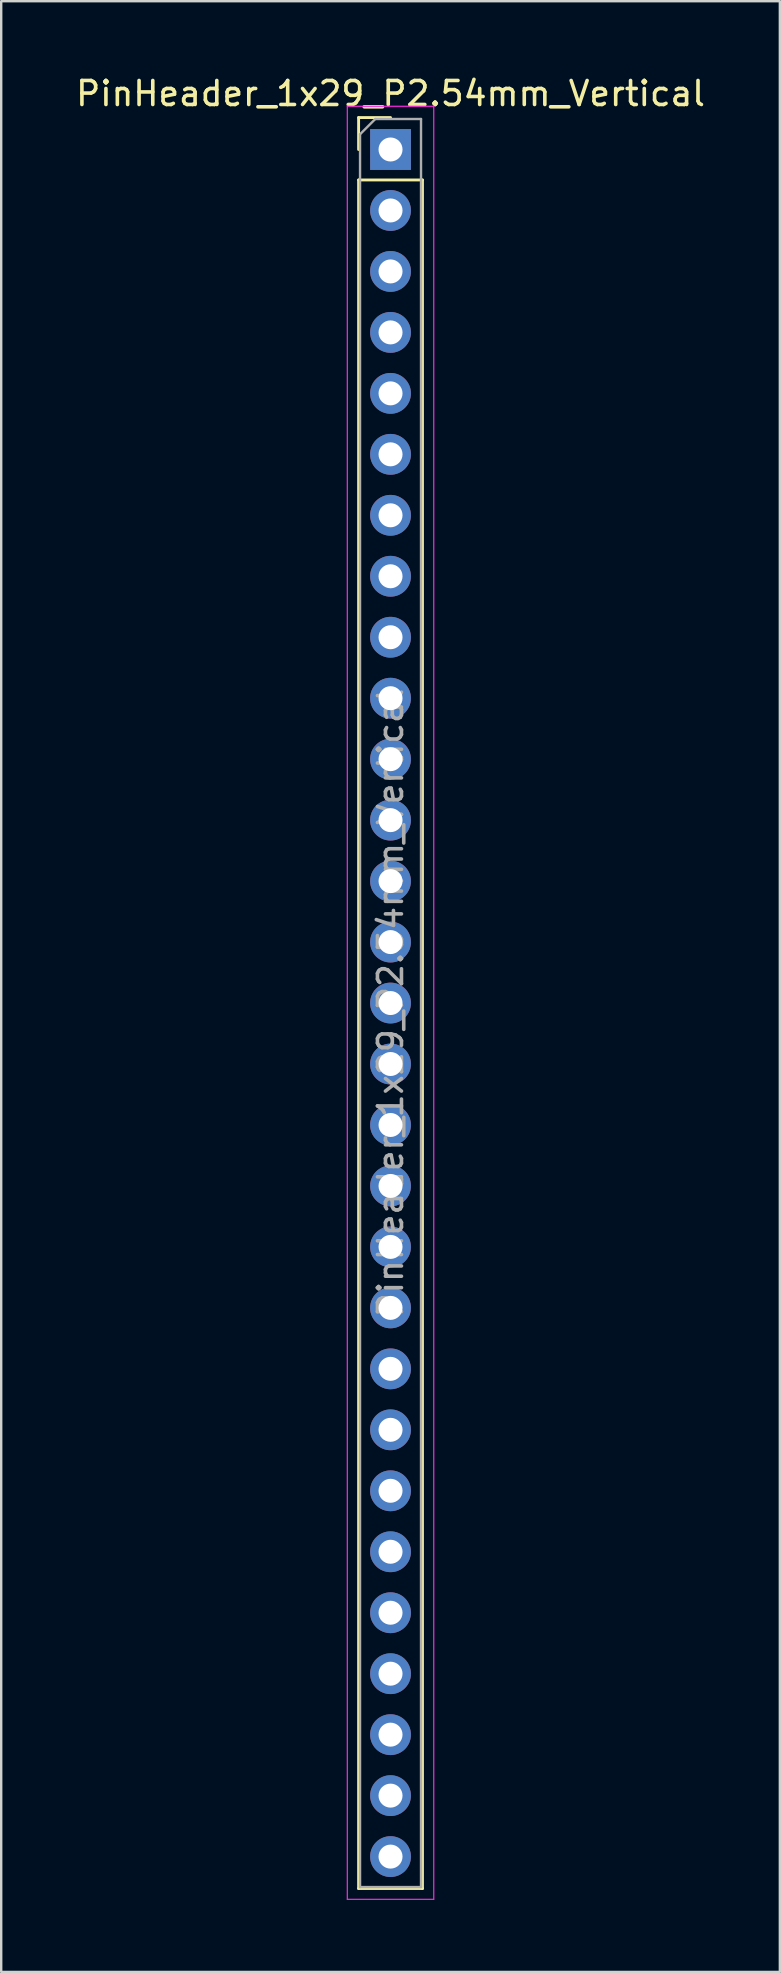
<source format=kicad_pcb>
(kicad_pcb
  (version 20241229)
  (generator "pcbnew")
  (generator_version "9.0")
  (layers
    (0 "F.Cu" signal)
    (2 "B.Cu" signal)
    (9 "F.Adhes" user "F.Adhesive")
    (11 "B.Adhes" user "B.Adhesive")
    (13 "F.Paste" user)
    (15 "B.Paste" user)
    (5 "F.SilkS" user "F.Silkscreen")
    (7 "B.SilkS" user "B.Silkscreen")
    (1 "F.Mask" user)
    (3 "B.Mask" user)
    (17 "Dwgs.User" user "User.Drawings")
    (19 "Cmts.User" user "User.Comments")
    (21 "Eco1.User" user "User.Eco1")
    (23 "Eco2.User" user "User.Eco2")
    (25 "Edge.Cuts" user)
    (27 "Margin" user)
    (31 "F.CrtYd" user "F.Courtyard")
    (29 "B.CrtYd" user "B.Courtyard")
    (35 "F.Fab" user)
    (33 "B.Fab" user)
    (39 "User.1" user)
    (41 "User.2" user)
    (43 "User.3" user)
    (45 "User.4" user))
  (footprint "PinHeader_1x29_P2.54mm_Vertical"
    (layer "F.Cu")
    (at 13.22 3.178)
    (property "Reference" "PinHeader_1x29_P2.54mm_Vertical" (at 0 -2.33 0) (layer "F.SilkS") (effects (font (size 1 1) (thickness 0.15))))
    (attr through_hole)
    (fp_line (start -1.33 -1.33) (end 0 -1.33) (stroke (width 0.12) (type solid)) (layer "F.SilkS"))
    (fp_line (start -1.33 0) (end -1.33 -1.33) (stroke (width 0.12) (type solid)) (layer "F.SilkS"))
    (fp_line (start -1.33 1.27) (end -1.33 72.45) (stroke (width 0.12) (type solid)) (layer "F.SilkS"))
    (fp_line (start -1.33 1.27) (end 1.33 1.27) (stroke (width 0.12) (type solid)) (layer "F.SilkS"))
    (fp_line (start -1.33 72.45) (end 1.33 72.45) (stroke (width 0.12) (type solid)) (layer "F.SilkS"))
    (fp_line (start 1.33 1.27) (end 1.33 72.45) (stroke (width 0.12) (type solid)) (layer "F.SilkS"))
    (fp_line (start -1.8 -1.8) (end -1.8 72.9) (stroke (width 0.05) (type solid)) (layer "F.CrtYd"))
    (fp_line (start -1.8 72.9) (end 1.8 72.9) (stroke (width 0.05) (type solid)) (layer "F.CrtYd"))
    (fp_line (start 1.8 -1.8) (end -1.8 -1.8) (stroke (width 0.05) (type solid)) (layer "F.CrtYd"))
    (fp_line (start 1.8 72.9) (end 1.8 -1.8) (stroke (width 0.05) (type solid)) (layer "F.CrtYd"))
    (fp_line (start -1.27 -0.635) (end -0.635 -1.27) (stroke (width 0.1) (type solid)) (layer "F.Fab"))
    (fp_line (start -1.27 72.39) (end -1.27 -0.635) (stroke (width 0.1) (type solid)) (layer "F.Fab"))
    (fp_line (start -0.635 -1.27) (end 1.27 -1.27) (stroke (width 0.1) (type solid)) (layer "F.Fab"))
    (fp_line (start 1.27 -1.27) (end 1.27 72.39) (stroke (width 0.1) (type solid)) (layer "F.Fab"))
    (fp_line (start 1.27 72.39) (end -1.27 72.39) (stroke (width 0.1) (type solid)) (layer "F.Fab"))
    (fp_text user "${REFERENCE}" (at 0 35.56 90) (layer "F.Fab") (effects (font (size 1 1) (thickness 0.15))))
    (pad "1" thru_hole rect (at 0 0) (size 1.7 1.7) (drill 1) (layers "*.Cu" "*.Mask"))
    (pad "2" thru_hole oval (at 0 2.54) (size 1.7 1.7) (drill 1) (layers "*.Cu" "*.Mask"))
    (pad "3" thru_hole oval (at 0 5.08) (size 1.7 1.7) (drill 1) (layers "*.Cu" "*.Mask"))
    (pad "4" thru_hole oval (at 0 7.62) (size 1.7 1.7) (drill 1) (layers "*.Cu" "*.Mask"))
    (pad "5" thru_hole oval (at 0 10.16) (size 1.7 1.7) (drill 1) (layers "*.Cu" "*.Mask"))
    (pad "6" thru_hole oval (at 0 12.7) (size 1.7 1.7) (drill 1) (layers "*.Cu" "*.Mask"))
    (pad "7" thru_hole oval (at 0 15.24) (size 1.7 1.7) (drill 1) (layers "*.Cu" "*.Mask"))
    (pad "8" thru_hole oval (at 0 17.78) (size 1.7 1.7) (drill 1) (layers "*.Cu" "*.Mask"))
    (pad "9" thru_hole oval (at 0 20.32) (size 1.7 1.7) (drill 1) (layers "*.Cu" "*.Mask"))
    (pad "10" thru_hole oval (at 0 22.86) (size 1.7 1.7) (drill 1) (layers "*.Cu" "*.Mask"))
    (pad "11" thru_hole oval (at 0 25.4) (size 1.7 1.7) (drill 1) (layers "*.Cu" "*.Mask"))
    (pad "12" thru_hole oval (at 0 27.94) (size 1.7 1.7) (drill 1) (layers "*.Cu" "*.Mask"))
    (pad "13" thru_hole oval (at 0 30.48) (size 1.7 1.7) (drill 1) (layers "*.Cu" "*.Mask"))
    (pad "14" thru_hole oval (at 0 33.02) (size 1.7 1.7) (drill 1) (layers "*.Cu" "*.Mask"))
    (pad "15" thru_hole oval (at 0 35.56) (size 1.7 1.7) (drill 1) (layers "*.Cu" "*.Mask"))
    (pad "16" thru_hole oval (at 0 38.1) (size 1.7 1.7) (drill 1) (layers "*.Cu" "*.Mask"))
    (pad "17" thru_hole oval (at 0 40.64) (size 1.7 1.7) (drill 1) (layers "*.Cu" "*.Mask"))
    (pad "18" thru_hole oval (at 0 43.18) (size 1.7 1.7) (drill 1) (layers "*.Cu" "*.Mask"))
    (pad "19" thru_hole oval (at 0 45.72) (size 1.7 1.7) (drill 1) (layers "*.Cu" "*.Mask"))
    (pad "20" thru_hole oval (at 0 48.26) (size 1.7 1.7) (drill 1) (layers "*.Cu" "*.Mask"))
    (pad "21" thru_hole oval (at 0 50.8) (size 1.7 1.7) (drill 1) (layers "*.Cu" "*.Mask"))
    (pad "22" thru_hole oval (at 0 53.34) (size 1.7 1.7) (drill 1) (layers "*.Cu" "*.Mask"))
    (pad "23" thru_hole oval (at 0 55.88) (size 1.7 1.7) (drill 1) (layers "*.Cu" "*.Mask"))
    (pad "24" thru_hole oval (at 0 58.42) (size 1.7 1.7) (drill 1) (layers "*.Cu" "*.Mask"))
    (pad "25" thru_hole oval (at 0 60.96) (size 1.7 1.7) (drill 1) (layers "*.Cu" "*.Mask"))
    (pad "26" thru_hole oval (at 0 63.5) (size 1.7 1.7) (drill 1) (layers "*.Cu" "*.Mask"))
    (pad "27" thru_hole oval (at 0 66.04) (size 1.7 1.7) (drill 1) (layers "*.Cu" "*.Mask"))
    (pad "28" thru_hole oval (at 0 68.58) (size 1.7 1.7) (drill 1) (layers "*.Cu" "*.Mask"))
    (pad "29" thru_hole oval (at 0 71.12) (size 1.7 1.7) (drill 1) (layers "*.Cu" "*.Mask")))
  (gr_rect
    (start -3 -3)
    (end 29.44 79.103)
    (stroke (width 0.1) (type default))
    (fill no)
    (layer "Edge.Cuts")))
</source>
